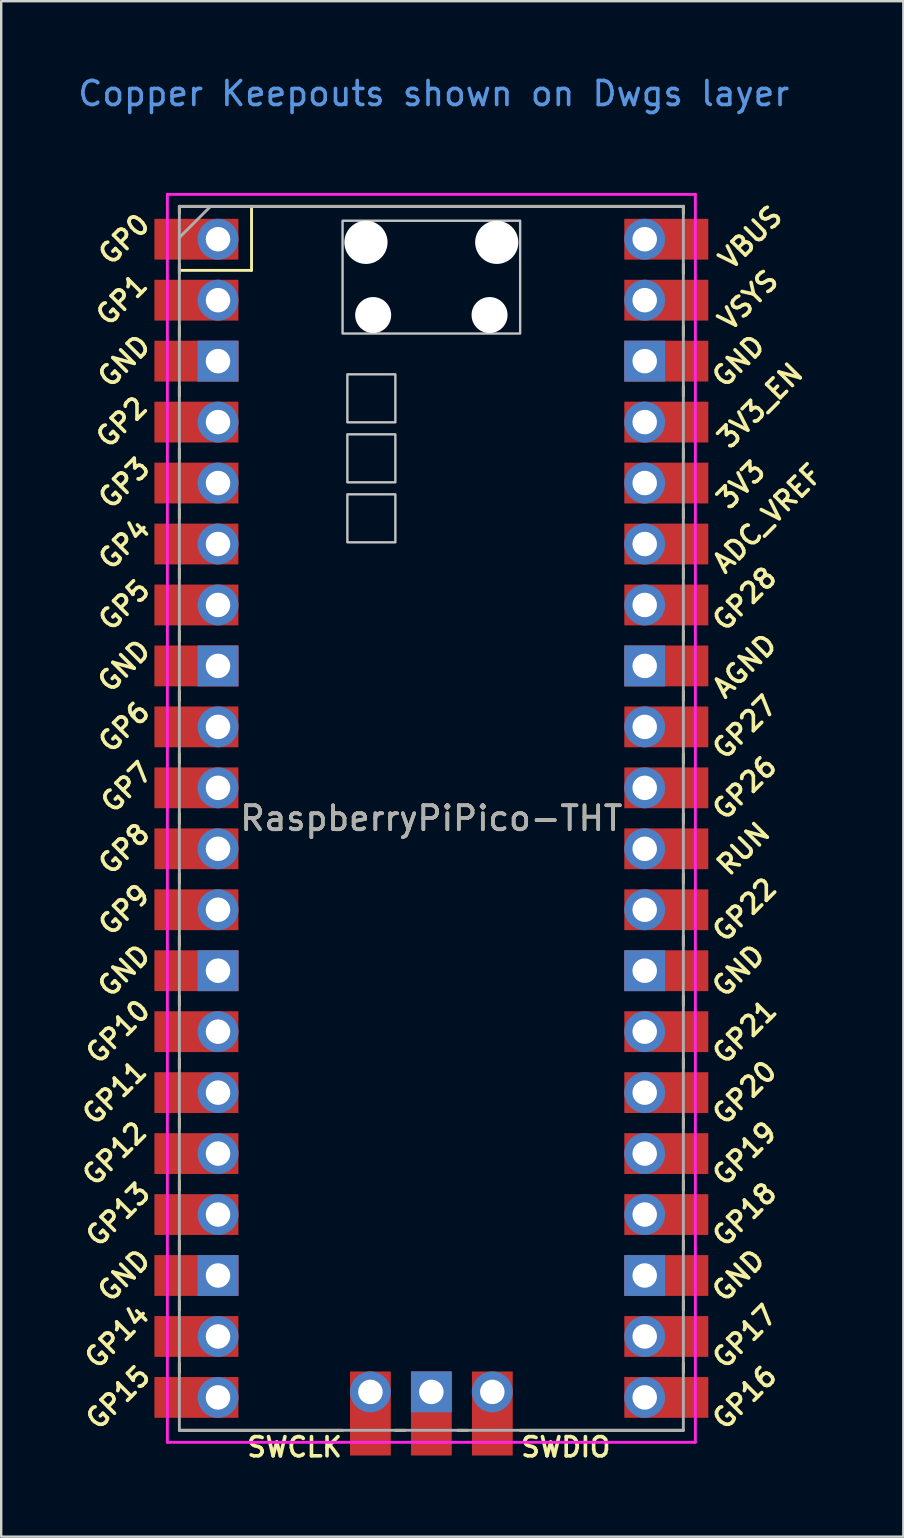
<source format=kicad_pcb>
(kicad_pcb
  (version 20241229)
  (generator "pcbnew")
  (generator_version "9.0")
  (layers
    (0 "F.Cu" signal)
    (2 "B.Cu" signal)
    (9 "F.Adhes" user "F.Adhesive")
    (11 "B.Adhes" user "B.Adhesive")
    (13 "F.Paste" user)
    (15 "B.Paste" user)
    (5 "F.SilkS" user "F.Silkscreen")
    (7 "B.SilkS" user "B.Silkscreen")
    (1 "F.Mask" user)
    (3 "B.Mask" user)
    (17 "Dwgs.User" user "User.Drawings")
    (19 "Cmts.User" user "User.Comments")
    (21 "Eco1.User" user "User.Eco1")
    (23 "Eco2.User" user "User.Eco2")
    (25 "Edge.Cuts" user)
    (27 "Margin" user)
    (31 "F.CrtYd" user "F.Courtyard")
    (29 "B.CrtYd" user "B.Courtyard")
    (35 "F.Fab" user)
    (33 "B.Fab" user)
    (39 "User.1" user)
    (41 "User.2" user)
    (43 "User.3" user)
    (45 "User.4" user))
  (footprint "RaspberryPiPico-THT"
    (layer "F.Cu")
    (at 14.924 31.048)
    (property "Reference" "RaspberryPiPico-THT" (at 0 0 0) (layer "F.SilkS") (effects (font (size 1 1) (thickness 0.15))))
    (attr through_hole)
    (fp_line (start -10.5 -25.5) (end -10.5 -25.2) (stroke (width 0.12) (type solid)) (layer "F.SilkS"))
    (fp_line (start -10.5 -25.5) (end 10.5 -25.5) (stroke (width 0.12) (type solid)) (layer "F.SilkS"))
    (fp_line (start -10.5 -23.1) (end -10.5 -22.7) (stroke (width 0.12) (type solid)) (layer "F.SilkS"))
    (fp_line (start -10.5 -22.833) (end -7.493 -22.833) (stroke (width 0.12) (type solid)) (layer "F.SilkS"))
    (fp_line (start -10.5 -20.5) (end -10.5 -20.1) (stroke (width 0.12) (type solid)) (layer "F.SilkS"))
    (fp_line (start -10.5 -18) (end -10.5 -17.6) (stroke (width 0.12) (type solid)) (layer "F.SilkS"))
    (fp_line (start -10.5 -15.4) (end -10.5 -15) (stroke (width 0.12) (type solid)) (layer "F.SilkS"))
    (fp_line (start -10.5 -12.9) (end -10.5 -12.5) (stroke (width 0.12) (type solid)) (layer "F.SilkS"))
    (fp_line (start -10.5 -10.4) (end -10.5 -10) (stroke (width 0.12) (type solid)) (layer "F.SilkS"))
    (fp_line (start -10.5 -7.8) (end -10.5 -7.4) (stroke (width 0.12) (type solid)) (layer "F.SilkS"))
    (fp_line (start -10.5 -5.3) (end -10.5 -4.9) (stroke (width 0.12) (type solid)) (layer "F.SilkS"))
    (fp_line (start -10.5 -2.7) (end -10.5 -2.3) (stroke (width 0.12) (type solid)) (layer "F.SilkS"))
    (fp_line (start -10.5 -0.2) (end -10.5 0.2) (stroke (width 0.12) (type solid)) (layer "F.SilkS"))
    (fp_line (start -10.5 2.3) (end -10.5 2.7) (stroke (width 0.12) (type solid)) (layer "F.SilkS"))
    (fp_line (start -10.5 4.9) (end -10.5 5.3) (stroke (width 0.12) (type solid)) (layer "F.SilkS"))
    (fp_line (start -10.5 7.4) (end -10.5 7.8) (stroke (width 0.12) (type solid)) (layer "F.SilkS"))
    (fp_line (start -10.5 10) (end -10.5 10.4) (stroke (width 0.12) (type solid)) (layer "F.SilkS"))
    (fp_line (start -10.5 12.5) (end -10.5 12.9) (stroke (width 0.12) (type solid)) (layer "F.SilkS"))
    (fp_line (start -10.5 15.1) (end -10.5 15.5) (stroke (width 0.12) (type solid)) (layer "F.SilkS"))
    (fp_line (start -10.5 17.6) (end -10.5 18) (stroke (width 0.12) (type solid)) (layer "F.SilkS"))
    (fp_line (start -10.5 20.1) (end -10.5 20.5) (stroke (width 0.12) (type solid)) (layer "F.SilkS"))
    (fp_line (start -10.5 22.7) (end -10.5 23.1) (stroke (width 0.12) (type solid)) (layer "F.SilkS"))
    (fp_line (start -7.493 -22.833) (end -7.493 -25.5) (stroke (width 0.12) (type solid)) (layer "F.SilkS"))
    (fp_line (start -3.7 25.5) (end -10.5 25.5) (stroke (width 0.12) (type solid)) (layer "F.SilkS"))
    (fp_line (start -1.5 25.5) (end -1.1 25.5) (stroke (width 0.12) (type solid)) (layer "F.SilkS"))
    (fp_line (start 1.1 25.5) (end 1.5 25.5) (stroke (width 0.12) (type solid)) (layer "F.SilkS"))
    (fp_line (start 10.5 -25.5) (end 10.5 -25.2) (stroke (width 0.12) (type solid)) (layer "F.SilkS"))
    (fp_line (start 10.5 -23.1) (end 10.5 -22.7) (stroke (width 0.12) (type solid)) (layer "F.SilkS"))
    (fp_line (start 10.5 -20.5) (end 10.5 -20.1) (stroke (width 0.12) (type solid)) (layer "F.SilkS"))
    (fp_line (start 10.5 -18) (end 10.5 -17.6) (stroke (width 0.12) (type solid)) (layer "F.SilkS"))
    (fp_line (start 10.5 -15.4) (end 10.5 -15) (stroke (width 0.12) (type solid)) (layer "F.SilkS"))
    (fp_line (start 10.5 -12.9) (end 10.5 -12.5) (stroke (width 0.12) (type solid)) (layer "F.SilkS"))
    (fp_line (start 10.5 -10.4) (end 10.5 -10) (stroke (width 0.12) (type solid)) (layer "F.SilkS"))
    (fp_line (start 10.5 -7.8) (end 10.5 -7.4) (stroke (width 0.12) (type solid)) (layer "F.SilkS"))
    (fp_line (start 10.5 -5.3) (end 10.5 -4.9) (stroke (width 0.12) (type solid)) (layer "F.SilkS"))
    (fp_line (start 10.5 -2.7) (end 10.5 -2.3) (stroke (width 0.12) (type solid)) (layer "F.SilkS"))
    (fp_line (start 10.5 -0.2) (end 10.5 0.2) (stroke (width 0.12) (type solid)) (layer "F.SilkS"))
    (fp_line (start 10.5 2.3) (end 10.5 2.7) (stroke (width 0.12) (type solid)) (layer "F.SilkS"))
    (fp_line (start 10.5 4.9) (end 10.5 5.3) (stroke (width 0.12) (type solid)) (layer "F.SilkS"))
    (fp_line (start 10.5 7.4) (end 10.5 7.8) (stroke (width 0.12) (type solid)) (layer "F.SilkS"))
    (fp_line (start 10.5 10) (end 10.5 10.4) (stroke (width 0.12) (type solid)) (layer "F.SilkS"))
    (fp_line (start 10.5 12.5) (end 10.5 12.9) (stroke (width 0.12) (type solid)) (layer "F.SilkS"))
    (fp_line (start 10.5 15.1) (end 10.5 15.5) (stroke (width 0.12) (type solid)) (layer "F.SilkS"))
    (fp_line (start 10.5 17.6) (end 10.5 18) (stroke (width 0.12) (type solid)) (layer "F.SilkS"))
    (fp_line (start 10.5 20.1) (end 10.5 20.5) (stroke (width 0.12) (type solid)) (layer "F.SilkS"))
    (fp_line (start 10.5 22.7) (end 10.5 23.1) (stroke (width 0.12) (type solid)) (layer "F.SilkS"))
    (fp_line (start 10.5 25.5) (end 3.7 25.5) (stroke (width 0.12) (type solid)) (layer "F.SilkS"))
    (fp_poly (pts (xy -1.5 -16.5) (xy -3.5 -16.5) (xy -3.5 -18.5) (xy -1.5 -18.5)) (stroke (width 0.1) (type solid)) (fill no) (layer "Dwgs.User"))
    (fp_poly (pts (xy -1.5 -14) (xy -3.5 -14) (xy -3.5 -16) (xy -1.5 -16)) (stroke (width 0.1) (type solid)) (fill no) (layer "Dwgs.User"))
    (fp_poly (pts (xy -1.5 -11.5) (xy -3.5 -11.5) (xy -3.5 -13.5) (xy -1.5 -13.5)) (stroke (width 0.1) (type solid)) (fill no) (layer "Dwgs.User"))
    (fp_poly (pts (xy 3.7 -20.2) (xy -3.7 -20.2) (xy -3.7 -24.9) (xy 3.7 -24.9)) (stroke (width 0.1) (type solid)) (fill no) (layer "Dwgs.User"))
    (fp_line (start -11 -26) (end 11 -26) (stroke (width 0.12) (type solid)) (layer "F.CrtYd"))
    (fp_line (start -11 26) (end -11 -26) (stroke (width 0.12) (type solid)) (layer "F.CrtYd"))
    (fp_line (start 11 -26) (end 11 26) (stroke (width 0.12) (type solid)) (layer "F.CrtYd"))
    (fp_line (start 11 26) (end -11 26) (stroke (width 0.12) (type solid)) (layer "F.CrtYd"))
    (fp_line (start -10.5 -25.5) (end 10.5 -25.5) (stroke (width 0.12) (type solid)) (layer "F.Fab"))
    (fp_line (start -10.5 -24.2) (end -9.2 -25.5) (stroke (width 0.12) (type solid)) (layer "F.Fab"))
    (fp_line (start -10.5 25.5) (end -10.5 -25.5) (stroke (width 0.12) (type solid)) (layer "F.Fab"))
    (fp_line (start 10.5 -25.5) (end 10.5 25.5) (stroke (width 0.12) (type solid)) (layer "F.Fab"))
    (fp_line (start 10.5 25.5) (end -10.5 25.5) (stroke (width 0.12) (type solid)) (layer "F.Fab"))
    (fp_text user "GND" (at 12.8 19.05 45) (layer "F.SilkS") (effects (font (size 0.8 0.8) (thickness 0.15))))
    (fp_text user "GP22" (at 13.054 3.81 45) (layer "F.SilkS") (effects (font (size 0.8 0.8) (thickness 0.15))))
    (fp_text user "GP20" (at 13.054 11.43 45) (layer "F.SilkS") (effects (font (size 0.8 0.8) (thickness 0.15))))
    (fp_text user "GP18" (at 13.054 16.51 45) (layer "F.SilkS") (effects (font (size 0.8 0.8) (thickness 0.15))))
    (fp_text user "GP21" (at 13.054 8.9 45) (layer "F.SilkS") (effects (font (size 0.8 0.8) (thickness 0.15))))
    (fp_text user "GP0" (at -12.8 -24.13 45) (layer "F.SilkS") (effects (font (size 0.8 0.8) (thickness 0.15))))
    (fp_text user "GND" (at 12.8 6.35 45) (layer "F.SilkS") (effects (font (size 0.8 0.8) (thickness 0.15))))
    (fp_text user "GP26" (at 13.054 -1.27 45) (layer "F.SilkS") (effects (font (size 0.8 0.8) (thickness 0.15))))
    (fp_text user "GP4" (at -12.8 -11.43 45) (layer "F.SilkS") (effects (font (size 0.8 0.8) (thickness 0.15))))
    (fp_text user "GP8" (at -12.8 1.27 45) (layer "F.SilkS") (effects (font (size 0.8 0.8) (thickness 0.15))))
    (fp_text user "GND" (at -12.8 19.05 45) (layer "F.SilkS") (effects (font (size 0.8 0.8) (thickness 0.15))))
    (fp_text user "GP15" (at -13.054 24.13 45) (layer "F.SilkS") (effects (font (size 0.8 0.8) (thickness 0.15))))
    (fp_text user "ADC_VREF" (at 14 -12.5 45) (layer "F.SilkS") (effects (font (size 0.8 0.8) (thickness 0.15))))
    (fp_text user "GP2" (at -12.9 -16.51 45) (layer "F.SilkS") (effects (font (size 0.8 0.8) (thickness 0.15))))
    (fp_text user "3V3" (at 12.9 -13.9 45) (layer "F.SilkS") (effects (font (size 0.8 0.8) (thickness 0.15))))
    (fp_text user "GP10" (at -13.054 8.89 45) (layer "F.SilkS") (effects (font (size 0.8 0.8) (thickness 0.15))))
    (fp_text user "GP1" (at -12.9 -21.6 45) (layer "F.SilkS") (effects (font (size 0.8 0.8) (thickness 0.15))))
    (fp_text user "VBUS" (at 13.3 -24.2 45) (layer "F.SilkS") (effects (font (size 0.8 0.8) (thickness 0.15))))
    (fp_text user "GP16" (at 13.054 24.13 45) (layer "F.SilkS") (effects (font (size 0.8 0.8) (thickness 0.15))))
    (fp_text user "GP14" (at -13.1 21.59 45) (layer "F.SilkS") (effects (font (size 0.8 0.8) (thickness 0.15))))
    (fp_text user "GND" (at -12.8 -19.05 45) (layer "F.SilkS") (effects (font (size 0.8 0.8) (thickness 0.15))))
    (fp_text user "GP19" (at 13.054 13.97 45) (layer "F.SilkS") (effects (font (size 0.8 0.8) (thickness 0.15))))
    (fp_text user "GP28" (at 13.054 -9.144 45) (layer "F.SilkS") (effects (font (size 0.8 0.8) (thickness 0.15))))
    (fp_text user "GND" (at -12.8 6.35 45) (layer "F.SilkS") (effects (font (size 0.8 0.8) (thickness 0.15))))
    (fp_text user "GP3" (at -12.8 -13.97 45) (layer "F.SilkS") (effects (font (size 0.8 0.8) (thickness 0.15))))
    (fp_text user "GP7" (at -12.7 -1.3 45) (layer "F.SilkS") (effects (font (size 0.8 0.8) (thickness 0.15))))
    (fp_text user "GP9" (at -12.8 3.81 45) (layer "F.SilkS") (effects (font (size 0.8 0.8) (thickness 0.15))))
    (fp_text user "GP13" (at -13.054 16.51 45) (layer "F.SilkS") (effects (font (size 0.8 0.8) (thickness 0.15))))
    (fp_text user "GP11" (at -13.2 11.43 45) (layer "F.SilkS") (effects (font (size 0.8 0.8) (thickness 0.15))))
    (fp_text user "SWCLK" (at -5.7 26.2 0) (layer "F.SilkS") (effects (font (size 0.8 0.8) (thickness 0.15))))
    (fp_text user "GP5" (at -12.8 -8.89 45) (layer "F.SilkS") (effects (font (size 0.8 0.8) (thickness 0.15))))
    (fp_text user "VSYS" (at 13.2 -21.59 45) (layer "F.SilkS") (effects (font (size 0.8 0.8) (thickness 0.15))))
    (fp_text user "AGND" (at 13.054 -6.35 45) (layer "F.SilkS") (effects (font (size 0.8 0.8) (thickness 0.15))))
    (fp_text user "GP17" (at 13.054 21.59 45) (layer "F.SilkS") (effects (font (size 0.8 0.8) (thickness 0.15))))
    (fp_text user "SWDIO" (at 5.6 26.2 0) (layer "F.SilkS") (effects (font (size 0.8 0.8) (thickness 0.15))))
    (fp_text user "GP12" (at -13.2 13.97 45) (layer "F.SilkS") (effects (font (size 0.8 0.8) (thickness 0.15))))
    (fp_text user "GND" (at -12.8 -6.35 45) (layer "F.SilkS") (effects (font (size 0.8 0.8) (thickness 0.15))))
    (fp_text user "GND" (at 12.8 -19.05 45) (layer "F.SilkS") (effects (font (size 0.8 0.8) (thickness 0.15))))
    (fp_text user "GP6" (at -12.8 -3.81 45) (layer "F.SilkS") (effects (font (size 0.8 0.8) (thickness 0.15))))
    (fp_text user "GP27" (at 13.054 -3.8 45) (layer "F.SilkS") (effects (font (size 0.8 0.8) (thickness 0.15))))
    (fp_text user "RUN" (at 13 1.27 45) (layer "F.SilkS") (effects (font (size 0.8 0.8) (thickness 0.15))))
    (fp_text user "3V3_EN" (at 13.7 -17.2 45) (layer "F.SilkS") (effects (font (size 0.8 0.8) (thickness 0.15))))
    (fp_text user "Copper Keepouts shown on Dwgs layer" (at 0.1 -30.2 0) (layer "Cmts.User") (effects (font (size 1 1) (thickness 0.15))))
    (fp_text user "${REFERENCE}" (at 0 0 180) (layer "F.Fab") (effects (font (size 1 1) (thickness 0.15))))
    (pad "" np_thru_hole oval (at -2.725 -24) (size 1.8 1.8) (drill 1.8) (layers "*.Cu" "*.Mask"))
    (pad "" np_thru_hole oval (at -2.425 -20.97) (size 1.5 1.5) (drill 1.5) (layers "*.Cu" "*.Mask"))
    (pad "" np_thru_hole oval (at 2.425 -20.97) (size 1.5 1.5) (drill 1.5) (layers "*.Cu" "*.Mask"))
    (pad "" np_thru_hole oval (at 2.725 -24) (size 1.8 1.8) (drill 1.8) (layers "*.Cu" "*.Mask"))
    (pad "1" thru_hole oval (at -8.89 -24.13) (size 1.7 1.7) (drill 1.02) (layers "*.Cu" "*.Mask"))
    (pad "1" smd rect (at -8.89 -24.13) (size 3.5 1.7) (drill (offset -0.9 0)) (layers "F.Cu" "F.Mask"))
    (pad "2" thru_hole oval (at -8.89 -21.59) (size 1.7 1.7) (drill 1.02) (layers "*.Cu" "*.Mask"))
    (pad "2" smd rect (at -8.89 -21.59) (size 3.5 1.7) (drill (offset -0.9 0)) (layers "F.Cu" "F.Mask"))
    (pad "3" thru_hole rect (at -8.89 -19.05) (size 1.7 1.7) (drill 1.02) (layers "*.Cu" "*.Mask"))
    (pad "3" smd rect (at -8.89 -19.05) (size 3.5 1.7) (drill (offset -0.9 0)) (layers "F.Cu" "F.Mask"))
    (pad "4" thru_hole oval (at -8.89 -16.51) (size 1.7 1.7) (drill 1.02) (layers "*.Cu" "*.Mask"))
    (pad "4" smd rect (at -8.89 -16.51) (size 3.5 1.7) (drill (offset -0.9 0)) (layers "F.Cu" "F.Mask"))
    (pad "5" thru_hole oval (at -8.89 -13.97) (size 1.7 1.7) (drill 1.02) (layers "*.Cu" "*.Mask"))
    (pad "5" smd rect (at -8.89 -13.97) (size 3.5 1.7) (drill (offset -0.9 0)) (layers "F.Cu" "F.Mask"))
    (pad "6" thru_hole oval (at -8.89 -11.43) (size 1.7 1.7) (drill 1.02) (layers "*.Cu" "*.Mask"))
    (pad "6" smd rect (at -8.89 -11.43) (size 3.5 1.7) (drill (offset -0.9 0)) (layers "F.Cu" "F.Mask"))
    (pad "7" thru_hole oval (at -8.89 -8.89) (size 1.7 1.7) (drill 1.02) (layers "*.Cu" "*.Mask"))
    (pad "7" smd rect (at -8.89 -8.89) (size 3.5 1.7) (drill (offset -0.9 0)) (layers "F.Cu" "F.Mask"))
    (pad "8" thru_hole rect (at -8.89 -6.35) (size 1.7 1.7) (drill 1.02) (layers "*.Cu" "*.Mask"))
    (pad "8" smd rect (at -8.89 -6.35) (size 3.5 1.7) (drill (offset -0.9 0)) (layers "F.Cu" "F.Mask"))
    (pad "9" thru_hole oval (at -8.89 -3.81) (size 1.7 1.7) (drill 1.02) (layers "*.Cu" "*.Mask"))
    (pad "9" smd rect (at -8.89 -3.81) (size 3.5 1.7) (drill (offset -0.9 0)) (layers "F.Cu" "F.Mask"))
    (pad "10" thru_hole oval (at -8.89 -1.27) (size 1.7 1.7) (drill 1.02) (layers "*.Cu" "*.Mask"))
    (pad "10" smd rect (at -8.89 -1.27) (size 3.5 1.7) (drill (offset -0.9 0)) (layers "F.Cu" "F.Mask"))
    (pad "11" thru_hole oval (at -8.89 1.27) (size 1.7 1.7) (drill 1.02) (layers "*.Cu" "*.Mask"))
    (pad "11" smd rect (at -8.89 1.27) (size 3.5 1.7) (drill (offset -0.9 0)) (layers "F.Cu" "F.Mask"))
    (pad "12" thru_hole oval (at -8.89 3.81) (size 1.7 1.7) (drill 1.02) (layers "*.Cu" "*.Mask"))
    (pad "12" smd rect (at -8.89 3.81) (size 3.5 1.7) (drill (offset -0.9 0)) (layers "F.Cu" "F.Mask"))
    (pad "13" thru_hole rect (at -8.89 6.35) (size 1.7 1.7) (drill 1.02) (layers "*.Cu" "*.Mask"))
    (pad "13" smd rect (at -8.89 6.35) (size 3.5 1.7) (drill (offset -0.9 0)) (layers "F.Cu" "F.Mask"))
    (pad "14" thru_hole oval (at -8.89 8.89) (size 1.7 1.7) (drill 1.02) (layers "*.Cu" "*.Mask"))
    (pad "14" smd rect (at -8.89 8.89) (size 3.5 1.7) (drill (offset -0.9 0)) (layers "F.Cu" "F.Mask"))
    (pad "15" thru_hole oval (at -8.89 11.43) (size 1.7 1.7) (drill 1.02) (layers "*.Cu" "*.Mask"))
    (pad "15" smd rect (at -8.89 11.43) (size 3.5 1.7) (drill (offset -0.9 0)) (layers "F.Cu" "F.Mask"))
    (pad "16" thru_hole oval (at -8.89 13.97) (size 1.7 1.7) (drill 1.02) (layers "*.Cu" "*.Mask"))
    (pad "16" smd rect (at -8.89 13.97) (size 3.5 1.7) (drill (offset -0.9 0)) (layers "F.Cu" "F.Mask"))
    (pad "17" thru_hole oval (at -8.89 16.51) (size 1.7 1.7) (drill 1.02) (layers "*.Cu" "*.Mask"))
    (pad "17" smd rect (at -8.89 16.51) (size 3.5 1.7) (drill (offset -0.9 0)) (layers "F.Cu" "F.Mask"))
    (pad "18" thru_hole rect (at -8.89 19.05) (size 1.7 1.7) (drill 1.02) (layers "*.Cu" "*.Mask"))
    (pad "18" smd rect (at -8.89 19.05) (size 3.5 1.7) (drill (offset -0.9 0)) (layers "F.Cu" "F.Mask"))
    (pad "19" thru_hole oval (at -8.89 21.59) (size 1.7 1.7) (drill 1.02) (layers "*.Cu" "*.Mask"))
    (pad "19" smd rect (at -8.89 21.59) (size 3.5 1.7) (drill (offset -0.9 0)) (layers "F.Cu" "F.Mask"))
    (pad "20" thru_hole oval (at -8.89 24.13) (size 1.7 1.7) (drill 1.02) (layers "*.Cu" "*.Mask"))
    (pad "20" smd rect (at -8.89 24.13) (size 3.5 1.7) (drill (offset -0.9 0)) (layers "F.Cu" "F.Mask"))
    (pad "21" thru_hole oval (at 8.89 24.13) (size 1.7 1.7) (drill 1.02) (layers "*.Cu" "*.Mask"))
    (pad "21" smd rect (at 8.89 24.13) (size 3.5 1.7) (drill (offset 0.9 0)) (layers "F.Cu" "F.Mask"))
    (pad "22" thru_hole oval (at 8.89 21.59) (size 1.7 1.7) (drill 1.02) (layers "*.Cu" "*.Mask"))
    (pad "22" smd rect (at 8.89 21.59) (size 3.5 1.7) (drill (offset 0.9 0)) (layers "F.Cu" "F.Mask"))
    (pad "23" thru_hole rect (at 8.89 19.05) (size 1.7 1.7) (drill 1.02) (layers "*.Cu" "*.Mask"))
    (pad "23" smd rect (at 8.89 19.05) (size 3.5 1.7) (drill (offset 0.9 0)) (layers "F.Cu" "F.Mask"))
    (pad "24" thru_hole oval (at 8.89 16.51) (size 1.7 1.7) (drill 1.02) (layers "*.Cu" "*.Mask"))
    (pad "24" smd rect (at 8.89 16.51) (size 3.5 1.7) (drill (offset 0.9 0)) (layers "F.Cu" "F.Mask"))
    (pad "25" thru_hole oval (at 8.89 13.97) (size 1.7 1.7) (drill 1.02) (layers "*.Cu" "*.Mask"))
    (pad "25" smd rect (at 8.89 13.97) (size 3.5 1.7) (drill (offset 0.9 0)) (layers "F.Cu" "F.Mask"))
    (pad "26" thru_hole oval (at 8.89 11.43) (size 1.7 1.7) (drill 1.02) (layers "*.Cu" "*.Mask"))
    (pad "26" smd rect (at 8.89 11.43) (size 3.5 1.7) (drill (offset 0.9 0)) (layers "F.Cu" "F.Mask"))
    (pad "27" thru_hole oval (at 8.89 8.89) (size 1.7 1.7) (drill 1.02) (layers "*.Cu" "*.Mask"))
    (pad "27" smd rect (at 8.89 8.89) (size 3.5 1.7) (drill (offset 0.9 0)) (layers "F.Cu" "F.Mask"))
    (pad "28" thru_hole rect (at 8.89 6.35) (size 1.7 1.7) (drill 1.02) (layers "*.Cu" "*.Mask"))
    (pad "28" smd rect (at 8.89 6.35) (size 3.5 1.7) (drill (offset 0.9 0)) (layers "F.Cu" "F.Mask"))
    (pad "29" thru_hole oval (at 8.89 3.81) (size 1.7 1.7) (drill 1.02) (layers "*.Cu" "*.Mask"))
    (pad "29" smd rect (at 8.89 3.81) (size 3.5 1.7) (drill (offset 0.9 0)) (layers "F.Cu" "F.Mask"))
    (pad "30" thru_hole oval (at 8.89 1.27) (size 1.7 1.7) (drill 1.02) (layers "*.Cu" "*.Mask"))
    (pad "30" smd rect (at 8.89 1.27) (size 3.5 1.7) (drill (offset 0.9 0)) (layers "F.Cu" "F.Mask"))
    (pad "31" thru_hole oval (at 8.89 -1.27) (size 1.7 1.7) (drill 1.02) (layers "*.Cu" "*.Mask"))
    (pad "31" smd rect (at 8.89 -1.27) (size 3.5 1.7) (drill (offset 0.9 0)) (layers "F.Cu" "F.Mask"))
    (pad "32" thru_hole oval (at 8.89 -3.81) (size 1.7 1.7) (drill 1.02) (layers "*.Cu" "*.Mask"))
    (pad "32" smd rect (at 8.89 -3.81) (size 3.5 1.7) (drill (offset 0.9 0)) (layers "F.Cu" "F.Mask"))
    (pad "33" thru_hole rect (at 8.89 -6.35) (size 1.7 1.7) (drill 1.02) (layers "*.Cu" "*.Mask"))
    (pad "33" smd rect (at 8.89 -6.35) (size 3.5 1.7) (drill (offset 0.9 0)) (layers "F.Cu" "F.Mask"))
    (pad "34" thru_hole oval (at 8.89 -8.89) (size 1.7 1.7) (drill 1.02) (layers "*.Cu" "*.Mask"))
    (pad "34" smd rect (at 8.89 -8.89) (size 3.5 1.7) (drill (offset 0.9 0)) (layers "F.Cu" "F.Mask"))
    (pad "35" thru_hole oval (at 8.89 -11.43) (size 1.7 1.7) (drill 1.02) (layers "*.Cu" "*.Mask"))
    (pad "35" smd rect (at 8.89 -11.43) (size 3.5 1.7) (drill (offset 0.9 0)) (layers "F.Cu" "F.Mask"))
    (pad "36" thru_hole oval (at 8.89 -13.97) (size 1.7 1.7) (drill 1.02) (layers "*.Cu" "*.Mask"))
    (pad "36" smd rect (at 8.89 -13.97) (size 3.5 1.7) (drill (offset 0.9 0)) (layers "F.Cu" "F.Mask"))
    (pad "37" thru_hole oval (at 8.89 -16.51) (size 1.7 1.7) (drill 1.02) (layers "*.Cu" "*.Mask"))
    (pad "37" smd rect (at 8.89 -16.51) (size 3.5 1.7) (drill (offset 0.9 0)) (layers "F.Cu" "F.Mask"))
    (pad "38" thru_hole rect (at 8.89 -19.05) (size 1.7 1.7) (drill 1.02) (layers "*.Cu" "*.Mask"))
    (pad "38" smd rect (at 8.89 -19.05) (size 3.5 1.7) (drill (offset 0.9 0)) (layers "F.Cu" "F.Mask"))
    (pad "39" thru_hole oval (at 8.89 -21.59) (size 1.7 1.7) (drill 1.02) (layers "*.Cu" "*.Mask"))
    (pad "39" smd rect (at 8.89 -21.59) (size 3.5 1.7) (drill (offset 0.9 0)) (layers "F.Cu" "F.Mask"))
    (pad "40" thru_hole oval (at 8.89 -24.13) (size 1.7 1.7) (drill 1.02) (layers "*.Cu" "*.Mask"))
    (pad "40" smd rect (at 8.89 -24.13) (size 3.5 1.7) (drill (offset 0.9 0)) (layers "F.Cu" "F.Mask"))
    (pad "41" thru_hole oval (at -2.54 23.9) (size 1.7 1.7) (drill 1.02) (layers "*.Cu" "*.Mask"))
    (pad "41" smd rect (at -2.54 23.9 90) (size 3.5 1.7) (drill (offset -0.9 0)) (layers "F.Cu" "F.Mask"))
    (pad "42" thru_hole rect (at 0 23.9) (size 1.7 1.7) (drill 1.02) (layers "*.Cu" "*.Mask"))
    (pad "42" smd rect (at 0 23.9 90) (size 3.5 1.7) (drill (offset -0.9 0)) (layers "F.Cu" "F.Mask"))
    (pad "43" thru_hole oval (at 2.54 23.9) (size 1.7 1.7) (drill 1.02) (layers "*.Cu" "*.Mask"))
    (pad "43" smd rect (at 2.54 23.9 90) (size 3.5 1.7) (drill (offset -0.9 0)) (layers "F.Cu" "F.Mask")))
  (gr_rect
    (start -3 -3)
    (end 34.591 60.98)
    (stroke (width 0.1) (type default))
    (fill no)
    (layer "Edge.Cuts")))
</source>
